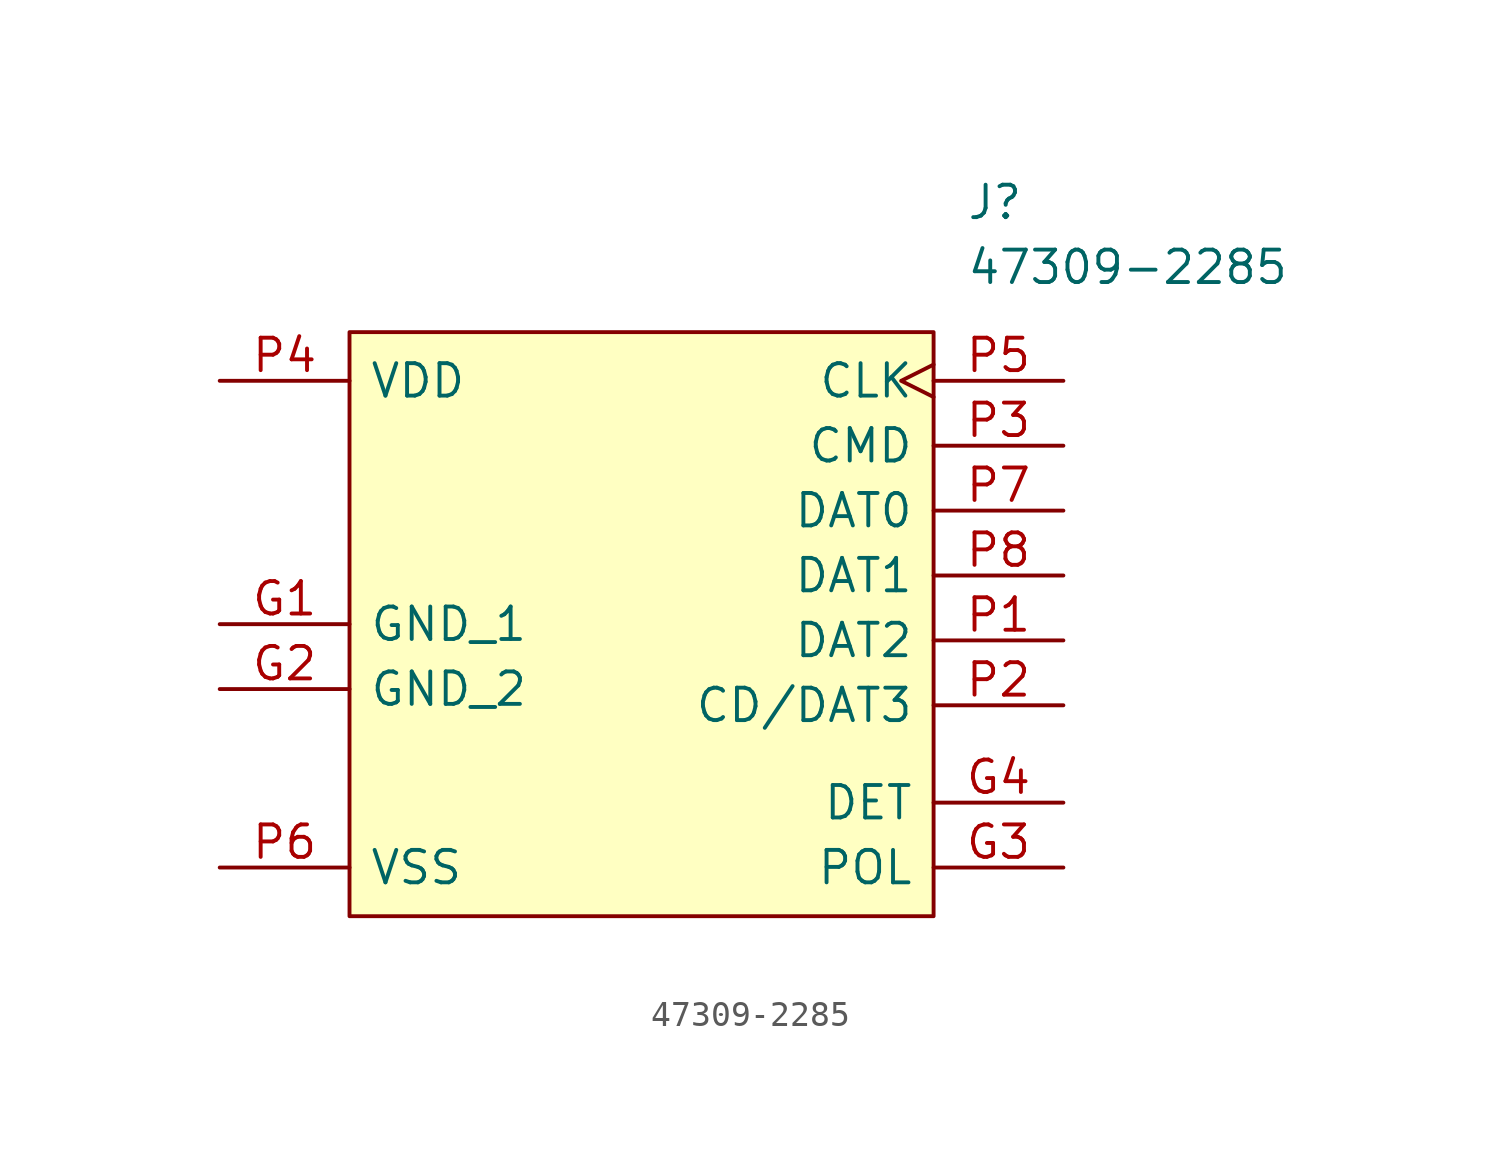
<source format=kicad_sym>
(kicad_symbol_lib
  (version 20200126)
  (host kicad_symbol_editor "(5.99.0-1973-g8c57821e9)")
  (symbol "47309-2285:47309-2285"
    (pin_names
      (offset 0.762))
    (property "Reference" "J"
      (at 29.21 7.62 0)
      (effects (font (size 1.27 1.27)) (justify left)))
    (property "Value" "47309-2285"
      (at 29.21 5.08 0)
      (effects (font (size 1.27 1.27)) (justify left)))
    (symbol "47309-2285_0_1"
      (polyline (pts (xy 5.08 2.54) (xy 27.94 2.54) (xy 27.94 -20.32) (xy 5.08 -20.32) (xy 5.08 2.54)) (stroke (width 0.152)) (fill (type background))))
    (symbol "47309-2285_0_0"
      (pin passive line (at 0 -8.89 0) (length 5.08) (name "GND_1" (effects (font (size 1.27 1.27)))) (number "G1" (effects (font (size 1.27 1.27)))))
      (pin passive line (at 0 -11.43 0) (length 5.08) (name "GND_2" (effects (font (size 1.27 1.27)))) (number "G2" (effects (font (size 1.27 1.27)))))
      (pin passive line (at 33.02 -18.415 180) (length 5.08) (name "POL" (effects (font (size 1.27 1.27)))) (number "G3" (effects (font (size 1.27 1.27)))))
      (pin passive line (at 33.02 -15.875 180) (length 5.08) (name "DET" (effects (font (size 1.27 1.27)))) (number "G4" (effects (font (size 1.27 1.27)))))
      (pin passive line (at 33.02 -9.525 180) (length 5.08) (name "DAT2" (effects (font (size 1.27 1.27)))) (number "P1" (effects (font (size 1.27 1.27)))))
      (pin passive line (at 33.02 -12.065 180) (length 5.08) (name "CD/DAT3" (effects (font (size 1.27 1.27)))) (number "P2" (effects (font (size 1.27 1.27)))))
      (pin passive line (at 33.02 -1.905 180) (length 5.08) (name "CMD" (effects (font (size 1.27 1.27)))) (number "P3" (effects (font (size 1.27 1.27)))))
      (pin passive line (at 0 0.635 0) (length 5.08) (name "VDD" (effects (font (size 1.27 1.27)))) (number "P4" (effects (font (size 1.27 1.27)))))
      (pin passive clock (at 33.02 0.635 180) (length 5.08) (name "CLK" (effects (font (size 1.27 1.27)))) (number "P5" (effects (font (size 1.27 1.27)))))
      (pin passive line (at 0 -18.415 0) (length 5.08) (name "VSS" (effects (font (size 1.27 1.27)))) (number "P6" (effects (font (size 1.27 1.27)))))
      (pin passive line (at 33.02 -4.445 180) (length 5.08) (name "DAT0" (effects (font (size 1.27 1.27)))) (number "P7" (effects (font (size 1.27 1.27)))))
      (pin passive line (at 33.02 -6.985 180) (length 5.08) (name "DAT1" (effects (font (size 1.27 1.27)))) (number "P8" (effects (font (size 1.27 1.27))))))))
</source>
